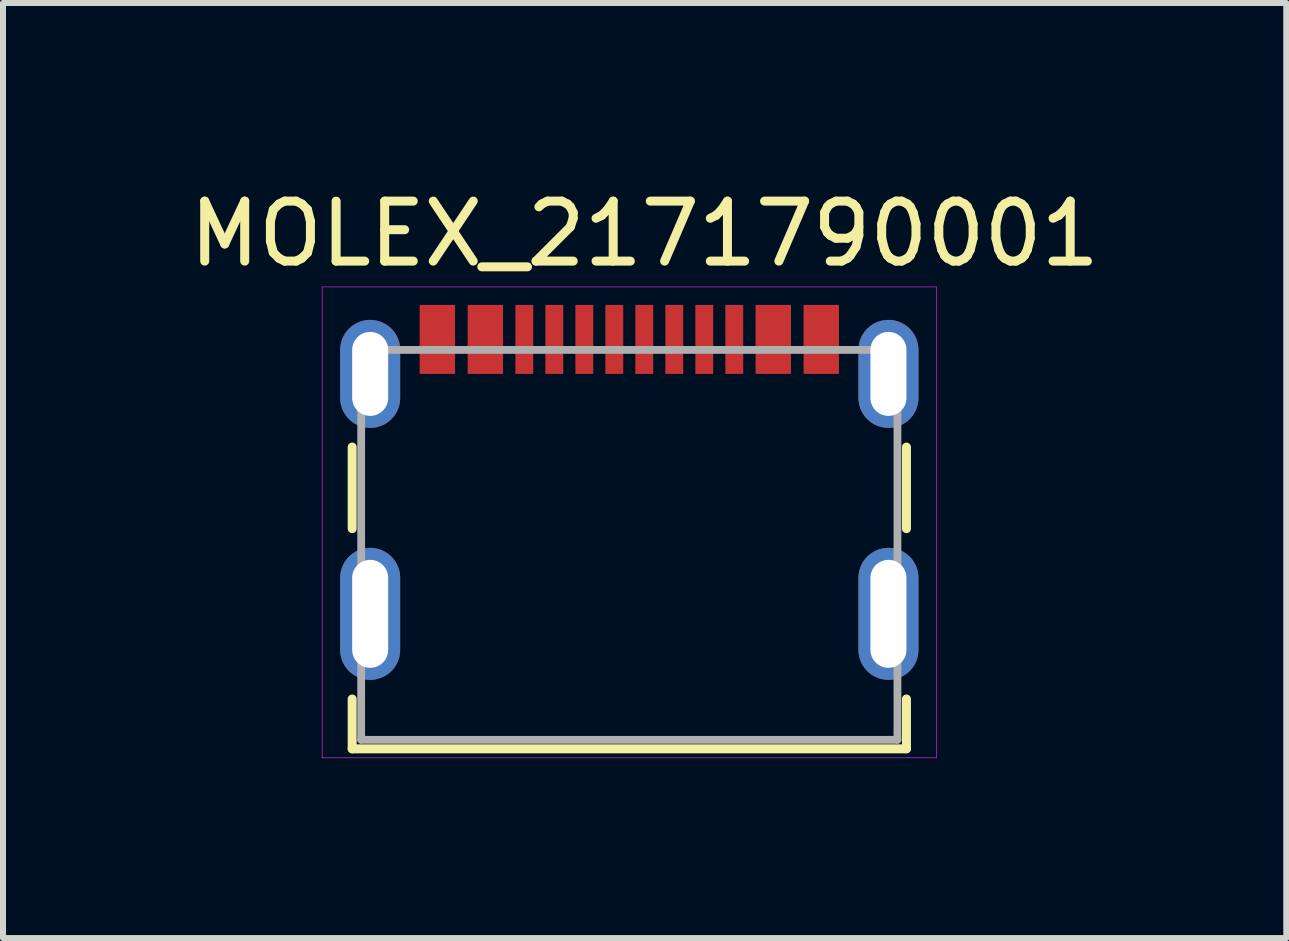
<source format=kicad_pcb>
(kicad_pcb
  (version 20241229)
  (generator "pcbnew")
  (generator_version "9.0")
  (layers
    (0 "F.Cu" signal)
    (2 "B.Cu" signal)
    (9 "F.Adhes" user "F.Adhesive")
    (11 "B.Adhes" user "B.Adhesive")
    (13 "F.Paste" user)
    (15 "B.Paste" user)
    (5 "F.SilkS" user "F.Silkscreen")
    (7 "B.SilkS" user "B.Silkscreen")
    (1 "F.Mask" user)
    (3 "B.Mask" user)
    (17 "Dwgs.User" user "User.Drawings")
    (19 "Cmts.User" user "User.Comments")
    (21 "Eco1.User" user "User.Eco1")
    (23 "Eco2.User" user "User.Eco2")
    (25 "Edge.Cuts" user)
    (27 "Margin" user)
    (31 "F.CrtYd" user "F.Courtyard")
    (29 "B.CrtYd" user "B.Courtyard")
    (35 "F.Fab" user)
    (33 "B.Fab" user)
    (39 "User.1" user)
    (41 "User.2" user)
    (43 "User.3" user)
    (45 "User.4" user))
  (footprint "MOLEX_2171790001"
    (layer "F.Cu")
    (at 7.441 6.033)
    (property "Reference" "MOLEX_2171790001" (at 0.255 -5.185 0) (layer "F.SilkS") (effects (font (size 1 1) (thickness 0.15))))
    (attr smd)
    (fp_poly (pts (xy -3.558 -4.064) (xy -2.841 -4.064) (xy -2.841 -2.787) (xy -3.558 -2.787)) (stroke (width 0.01) (type solid)) (fill yes) (layer "F.Mask"))
    (fp_poly (pts (xy -2.759 -4.064) (xy -2.042 -4.064) (xy -2.042 -2.787) (xy -2.759 -2.787)) (stroke (width 0.01) (type solid)) (fill yes) (layer "F.Mask"))
    (fp_poly (pts (xy -1.962 -4.064) (xy -1.538 -4.064) (xy -1.538 -2.787) (xy -1.962 -2.787)) (stroke (width 0.01) (type solid)) (fill yes) (layer "F.Mask"))
    (fp_poly (pts (xy -1.462 -4.064) (xy -1.038 -4.064) (xy -1.038 -2.787) (xy -1.462 -2.787)) (stroke (width 0.01) (type solid)) (fill yes) (layer "F.Mask"))
    (fp_poly (pts (xy -0.963 -4.064) (xy -0.537 -4.064) (xy -0.537 -2.787) (xy -0.963 -2.787)) (stroke (width 0.01) (type solid)) (fill yes) (layer "F.Mask"))
    (fp_poly (pts (xy -0.463 -4.064) (xy -0.037 -4.064) (xy -0.037 -2.787) (xy -0.463 -2.787)) (stroke (width 0.01) (type solid)) (fill yes) (layer "F.Mask"))
    (fp_poly (pts (xy 0.037 -4.064) (xy 0.463 -4.064) (xy 0.463 -2.787) (xy 0.037 -2.787)) (stroke (width 0.01) (type solid)) (fill yes) (layer "F.Mask"))
    (fp_poly (pts (xy 0.537 -4.064) (xy 0.963 -4.064) (xy 0.963 -2.787) (xy 0.537 -2.787)) (stroke (width 0.01) (type solid)) (fill yes) (layer "F.Mask"))
    (fp_poly (pts (xy 1.038 -4.064) (xy 1.462 -4.064) (xy 1.462 -2.787) (xy 1.038 -2.787)) (stroke (width 0.01) (type solid)) (fill yes) (layer "F.Mask"))
    (fp_poly (pts (xy 1.538 -4.064) (xy 1.962 -4.064) (xy 1.962 -2.787) (xy 1.538 -2.787)) (stroke (width 0.01) (type solid)) (fill yes) (layer "F.Mask"))
    (fp_poly (pts (xy 2.042 -4.064) (xy 2.759 -4.064) (xy 2.759 -2.787) (xy 2.042 -2.787)) (stroke (width 0.01) (type solid)) (fill yes) (layer "F.Mask"))
    (fp_poly (pts (xy 2.841 -4.064) (xy 3.558 -4.064) (xy 3.558 -2.787) (xy 2.841 -2.787)) (stroke (width 0.01) (type solid)) (fill yes) (layer "F.Mask"))
    (fp_line (start -4.62 -0.27) (end -4.62 -1.63) (stroke (width 0.15) (type solid)) (layer "F.SilkS"))
    (fp_line (start -4.62 3.4) (end -4.62 2.57) (stroke (width 0.15) (type solid)) (layer "F.SilkS"))
    (fp_line (start 4.62 -1.63) (end 4.62 -0.27) (stroke (width 0.15) (type solid)) (layer "F.SilkS"))
    (fp_line (start 4.62 2.57) (end 4.62 3.4) (stroke (width 0.15) (type solid)) (layer "F.SilkS"))
    (fp_line (start 4.62 3.4) (end -4.62 3.4) (stroke (width 0.15) (type solid)) (layer "F.SilkS"))
    (fp_line (start -5.12 -4.3) (end 5.12 -4.3) (stroke (width 0.01) (type solid)) (layer "F.CrtYd"))
    (fp_line (start -5.12 3.55) (end -5.12 -4.3) (stroke (width 0.01) (type solid)) (layer "F.CrtYd"))
    (fp_line (start 5.12 -4.3) (end 5.12 3.55) (stroke (width 0.01) (type solid)) (layer "F.CrtYd"))
    (fp_line (start 5.12 3.55) (end -5.12 3.55) (stroke (width 0.01) (type solid)) (layer "F.CrtYd"))
    (fp_line (start -4.47 -3.25) (end 4.47 -3.25) (stroke (width 0.13) (type solid)) (layer "F.Fab"))
    (fp_line (start -4.47 3.25) (end -4.47 -3.25) (stroke (width 0.13) (type solid)) (layer "F.Fab"))
    (fp_line (start 4.47 -3.25) (end 4.47 3.25) (stroke (width 0.13) (type solid)) (layer "F.Fab"))
    (fp_line (start 4.47 3.25) (end -4.47 3.25) (stroke (width 0.13) (type solid)) (layer "F.Fab"))
    (pad "A1B12" smd rect (at -3.2 -3.425) (size 0.59 1.15) (layers "F.Cu" "F.Paste"))
    (pad "A4B9" smd rect (at -2.4 -3.425) (size 0.59 1.15) (layers "F.Cu" "F.Paste"))
    (pad "A5" smd rect (at -1.25 -3.425) (size 0.298 1.15) (layers "F.Cu" "F.Paste"))
    (pad "A6" smd rect (at -0.25 -3.425) (size 0.298 1.15) (layers "F.Cu" "F.Paste"))
    (pad "A7" smd rect (at 0.25 -3.425) (size 0.298 1.15) (layers "F.Cu" "F.Paste"))
    (pad "A8" smd rect (at 1.25 -3.425) (size 0.298 1.15) (layers "F.Cu" "F.Paste"))
    (pad "B1A12" smd rect (at 3.2 -3.425) (size 0.59 1.15) (layers "F.Cu" "F.Paste"))
    (pad "B4A9" smd rect (at 2.4 -3.425) (size 0.59 1.15) (layers "F.Cu" "F.Paste"))
    (pad "B5" smd rect (at 1.75 -3.425) (size 0.298 1.15) (layers "F.Cu" "F.Paste"))
    (pad "B6" smd rect (at 0.75 -3.425) (size 0.298 1.15) (layers "F.Cu" "F.Paste"))
    (pad "B7" smd rect (at -0.75 -3.425) (size 0.298 1.15) (layers "F.Cu" "F.Paste"))
    (pad "B8" smd rect (at -1.75 -3.425) (size 0.298 1.15) (layers "F.Cu" "F.Paste"))
    (pad "SH1" thru_hole oval (at -4.32 1.15) (size 1 2.2) (drill oval 0.6 1.8) (layers "*.Cu" "*.Mask"))
    (pad "SH2" thru_hole oval (at 4.32 1.15) (size 1 2.2) (drill oval 0.6 1.8) (layers "*.Cu" "*.Mask"))
    (pad "SH3" thru_hole oval (at -4.32 -2.85) (size 1 1.8) (drill oval 0.6 1.4) (layers "*.Cu" "*.Mask"))
    (pad "SH4" thru_hole oval (at 4.32 -2.85) (size 1 1.8) (drill oval 0.6 1.4) (layers "*.Cu" "*.Mask")))
  (gr_rect
    (start -3 -3)
    (end 18.393 12.588)
    (stroke (width 0.1) (type default))
    (fill no)
    (layer "Edge.Cuts")))
</source>
